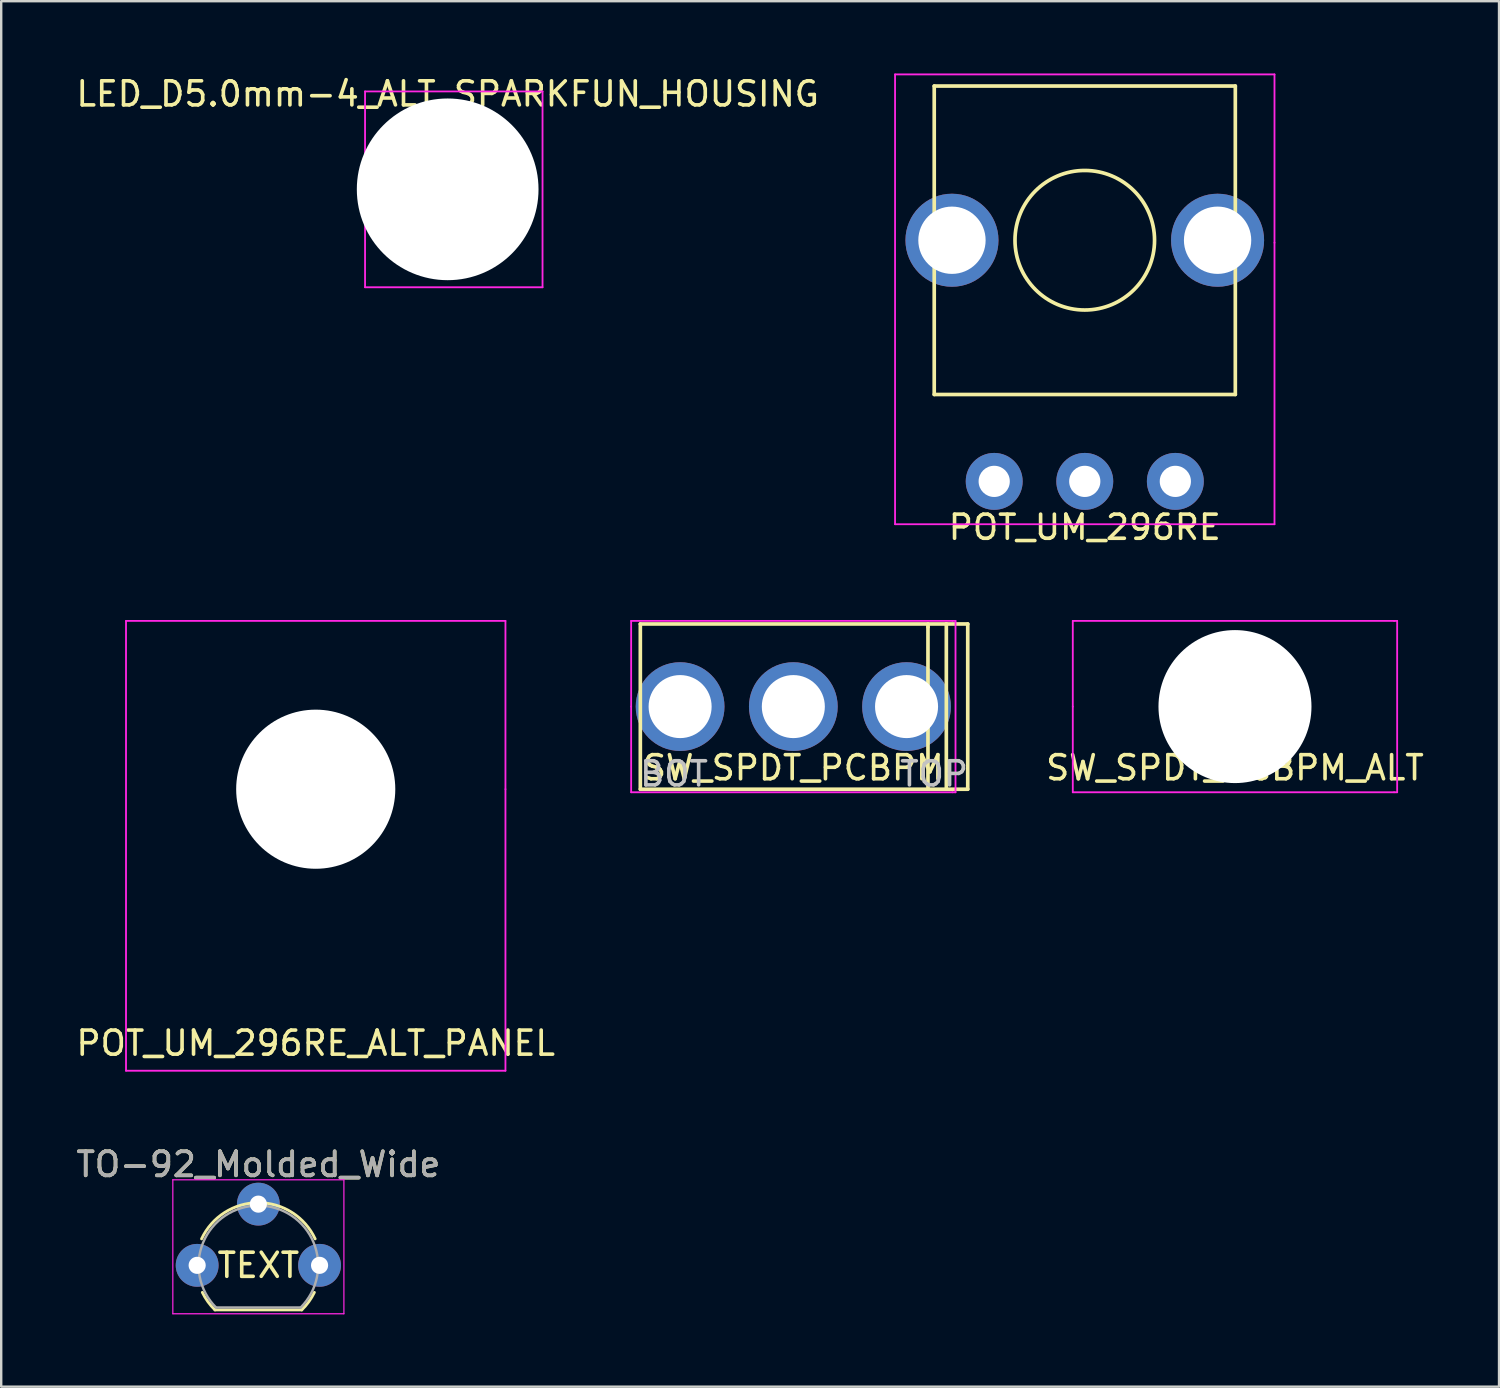
<source format=kicad_pcb>
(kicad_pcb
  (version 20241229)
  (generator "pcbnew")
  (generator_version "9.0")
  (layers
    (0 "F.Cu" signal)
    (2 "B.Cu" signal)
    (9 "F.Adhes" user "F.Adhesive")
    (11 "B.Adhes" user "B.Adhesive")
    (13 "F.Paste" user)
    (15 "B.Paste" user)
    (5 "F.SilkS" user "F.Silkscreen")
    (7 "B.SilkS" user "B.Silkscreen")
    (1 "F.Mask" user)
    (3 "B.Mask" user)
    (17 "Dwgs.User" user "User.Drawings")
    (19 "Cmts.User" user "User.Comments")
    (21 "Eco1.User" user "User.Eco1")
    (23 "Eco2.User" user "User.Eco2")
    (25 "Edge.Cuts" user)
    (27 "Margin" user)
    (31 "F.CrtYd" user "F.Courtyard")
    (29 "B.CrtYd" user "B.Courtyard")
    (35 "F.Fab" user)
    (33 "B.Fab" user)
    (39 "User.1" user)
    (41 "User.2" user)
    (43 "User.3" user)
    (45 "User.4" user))
  (footprint "SW_SPDT_PCBPM"
    (layer "F.Cu")
    (at 29.876 26.276)
    (property "Reference" "SW_SPDT_PCBPM" (at 0 2.54 0) (layer "F.SilkS") (effects (font (size 1 1) (thickness 0.15))))
    (attr through_hole)
    (fp_line (start -6.35 -3.429) (end -6.35 3.429) (stroke (width 0.152) (type solid)) (layer "F.SilkS"))
    (fp_line (start -6.35 -3.429) (end 6.35 -3.429) (stroke (width 0.152) (type solid)) (layer "F.SilkS"))
    (fp_line (start -6.35 3.429) (end 6.35 3.429) (stroke (width 0.152) (type solid)) (layer "F.SilkS"))
    (fp_line (start 5.588 -3.302) (end 5.588 -3.429) (stroke (width 0.152) (type solid)) (layer "F.SilkS"))
    (fp_line (start 5.588 3.429) (end 5.588 -3.302) (stroke (width 0.152) (type solid)) (layer "F.SilkS"))
    (fp_line (start 6.35 -3.429) (end 6.35 3.429) (stroke (width 0.152) (type solid)) (layer "F.SilkS"))
    (fp_line (start 6.35 -3.429) (end 7.239 -3.429) (stroke (width 0.152) (type solid)) (layer "F.SilkS"))
    (fp_line (start 7.239 -3.429) (end 7.239 3.429) (stroke (width 0.152) (type solid)) (layer "F.SilkS"))
    (fp_line (start 7.239 3.429) (end 6.35 3.429) (stroke (width 0.152) (type solid)) (layer "F.SilkS"))
    (fp_line (start -6.731 -3.556) (end 6.604 -3.556) (stroke (width 0.076) (type solid)) (layer "F.CrtYd"))
    (fp_line (start -6.731 0) (end -6.731 -3.556) (stroke (width 0.076) (type solid)) (layer "F.CrtYd"))
    (fp_line (start -6.731 3.556) (end -6.731 0) (stroke (width 0.076) (type solid)) (layer "F.CrtYd"))
    (fp_line (start 6.604 3.556) (end -6.731 3.556) (stroke (width 0.076) (type solid)) (layer "F.CrtYd"))
    (fp_line (start 6.604 3.556) (end 6.731 3.556) (stroke (width 0.076) (type solid)) (layer "F.CrtYd"))
    (fp_line (start 6.731 -3.556) (end 6.604 -3.556) (stroke (width 0.076) (type solid)) (layer "F.CrtYd"))
    (fp_line (start 6.731 3.556) (end 6.731 -3.556) (stroke (width 0.076) (type solid)) (layer "F.CrtYd"))
    (fp_text user "TOP" (at 5.842 2.794 0) (layer "Dwgs.User") (effects (font (size 1 1) (thickness 0.15))))
    (fp_text user "BOT" (at -4.953 2.794 0) (layer "Dwgs.User") (effects (font (size 1 1) (thickness 0.15))))
    (pad "1" thru_hole circle (at -4.699 0) (size 3.683 3.683) (drill 2.616) (layers "*.Cu" "*.Mask"))
    (pad "2" thru_hole circle (at 0 0) (size 3.683 3.683) (drill 2.616) (layers "*.Cu" "*.Mask"))
    (pad "3" thru_hole circle (at 4.699 0) (size 3.683 3.683) (drill 2.616) (layers "*.Cu" "*.Mask")))
  (footprint "TO-92_Molded_Wide"
    (layer "F.Cu")
    (at 5.133 49.466)
    (property "Reference" "TO-92_Molded_Wide" (at 2.54 -4.19 180) (layer "F.SilkS") (effects (font (size 1 1) (thickness 0.15))))
    (attr through_hole)
    (fp_line (start 0.74 1.85) (end 4.34 1.85) (stroke (width 0.12) (type solid)) (layer "F.SilkS"))
    (fp_arc (start 0.1836 -1.098807) (mid 1.143021 -2.192817) (end 2.54 -2.6) (stroke (width 0.12) (type solid)) (layer "F.SilkS"))
    (fp_arc (start 0.74 1.85) (mid 0.446097 1.509328) (end 0.215816 1.122795) (stroke (width 0.12) (type solid)) (layer "F.SilkS"))
    (fp_arc (start 2.54 -2.6) (mid 3.936979 -2.192818) (end 4.8964 -1.098807) (stroke (width 0.12) (type solid)) (layer "F.SilkS"))
    (fp_arc (start 4.864184 1.122795) (mid 4.633903 1.509328) (end 4.34 1.85) (stroke (width 0.12) (type solid)) (layer "F.SilkS"))
    (fp_line (start -1.01 -3.55) (end -1.01 2.01) (stroke (width 0.05) (type solid)) (layer "F.CrtYd"))
    (fp_line (start -1.01 -3.55) (end 6.09 -3.55) (stroke (width 0.05) (type solid)) (layer "F.CrtYd"))
    (fp_line (start 6.09 2.01) (end -1.01 2.01) (stroke (width 0.05) (type solid)) (layer "F.CrtYd"))
    (fp_line (start 6.09 2.01) (end 6.09 -3.55) (stroke (width 0.05) (type solid)) (layer "F.CrtYd"))
    (fp_line (start 0.8 1.75) (end 4.3 1.75) (stroke (width 0.1) (type solid)) (layer "F.Fab"))
    (fp_arc (start 0.786375 1.753625) (mid 0.248779 -0.949055) (end 2.54 -2.48) (stroke (width 0.1) (type solid)) (layer "F.Fab"))
    (fp_arc (start 2.54 -2.48) (mid 4.831221 -0.949055) (end 4.293625 1.753625) (stroke (width 0.1) (type solid)) (layer "F.Fab"))
    (fp_text user "TEXT" (at 2.54 0 0) (layer "F.SilkS") (effects (font (size 1 1) (thickness 0.15))))
    (fp_text user "${REFERENCE}" (at 2.54 -4.19 180) (layer "F.Fab") (effects (font (size 1 1) (thickness 0.15))))
    (pad "1" thru_hole circle (at 0 0) (size 1.778 1.778) (drill 0.711) (layers "*.Cu" "*.Mask"))
    (pad "2" thru_hole circle (at 2.54 -2.54) (size 1.778 1.778) (drill 0.711) (layers "*.Cu" "*.Mask"))
    (pad "3" thru_hole circle (at 5.08 0) (size 1.778 1.778) (drill 0.711) (layers "*.Cu" "*.Mask")))
  (footprint "SW_SPDT_PCBPM_ALT"
    (layer "F.Cu")
    (at 48.206 26.276)
    (property "Reference" "SW_SPDT_PCBPM_ALT" (at 0 2.54 0) (layer "F.SilkS") (effects (font (size 1 1) (thickness 0.15))))
    (attr through_hole)
    (fp_line (start -6.731 -3.556) (end 6.604 -3.556) (stroke (width 0.076) (type solid)) (layer "F.CrtYd"))
    (fp_line (start -6.731 0) (end -6.731 -3.556) (stroke (width 0.076) (type solid)) (layer "F.CrtYd"))
    (fp_line (start -6.731 3.556) (end -6.731 0) (stroke (width 0.076) (type solid)) (layer "F.CrtYd"))
    (fp_line (start 6.604 3.556) (end -6.731 3.556) (stroke (width 0.076) (type solid)) (layer "F.CrtYd"))
    (fp_line (start 6.604 3.556) (end 6.731 3.556) (stroke (width 0.076) (type solid)) (layer "F.CrtYd"))
    (fp_line (start 6.731 -3.556) (end 6.604 -3.556) (stroke (width 0.076) (type solid)) (layer "F.CrtYd"))
    (fp_line (start 6.731 3.556) (end 6.731 -3.556) (stroke (width 0.076) (type solid)) (layer "F.CrtYd"))
    (pad "" np_thru_hole circle (at 0 0) (size 6.35 6.35) (drill 6.35) (layers "*.Cu" "*.Mask")))
  (footprint "POT_UM_296RE"
    (layer "F.Cu")
    (at 41.972 16.929)
    (property "Reference" "POT_UM_296RE" (at 0 1.905 0) (layer "F.SilkS") (effects (font (size 1 1) (thickness 0.15))))
    (attr through_hole)
    (fp_line (start -6.248 -16.408) (end -6.248 -3.607) (stroke (width 0.152) (type solid)) (layer "F.SilkS"))
    (fp_line (start 6.248 -16.408) (end -6.248 -16.408) (stroke (width 0.152) (type solid)) (layer "F.SilkS"))
    (fp_line (start 6.248 -16.408) (end 6.248 -3.607) (stroke (width 0.152) (type solid)) (layer "F.SilkS"))
    (fp_line (start 6.248 -3.607) (end -6.248 -3.607) (stroke (width 0.152) (type solid)) (layer "F.SilkS"))
    (fp_circle (center 0 -10.008) (end 0 -7.112) (stroke (width 0.152) (type solid)) (fill no) (layer "F.SilkS"))
    (fp_line (start -7.874 -16.891) (end -7.874 1.778) (stroke (width 0.076) (type solid)) (layer "F.CrtYd"))
    (fp_line (start -7.874 1.778) (end 7.874 1.778) (stroke (width 0.076) (type solid)) (layer "F.CrtYd"))
    (fp_line (start 7.874 -16.891) (end -7.874 -16.891) (stroke (width 0.076) (type solid)) (layer "F.CrtYd"))
    (fp_line (start 7.874 -9.906) (end 7.874 -16.891) (stroke (width 0.076) (type solid)) (layer "F.CrtYd"))
    (fp_line (start 7.874 1.778) (end 7.874 -9.906) (stroke (width 0.076) (type solid)) (layer "F.CrtYd"))
    (pad "" thru_hole circle (at -5.512 -10.008) (size 3.861 3.861) (drill 2.794) (layers "*.Cu" "*.Mask"))
    (pad "" thru_hole circle (at 5.512 -10.008) (size 3.861 3.861) (drill 2.794) (layers "*.Cu" "*.Mask"))
    (pad "1" thru_hole circle (at -3.759 0) (size 2.362 2.362) (drill 1.295) (layers "*.Cu" "*.Mask"))
    (pad "2" thru_hole circle (at 0 0) (size 2.362 2.362) (drill 1.295) (layers "*.Cu" "*.Mask"))
    (pad "3" thru_hole circle (at 3.759 0) (size 2.362 2.362) (drill 1.295) (layers "*.Cu" "*.Mask")))
  (footprint "POT_UM_296RE_ALT_PANEL"
    (layer "F.Cu")
    (at 10.054 39.611)
    (property "Reference" "POT_UM_296RE_ALT_PANEL" (at 0 0.635 0) (layer "F.SilkS") (effects (font (size 1 1) (thickness 0.15))))
    (attr through_hole)
    (fp_line (start -7.874 -16.891) (end -7.874 1.778) (stroke (width 0.076) (type solid)) (layer "F.CrtYd"))
    (fp_line (start -7.874 1.778) (end 7.874 1.778) (stroke (width 0.076) (type solid)) (layer "F.CrtYd"))
    (fp_line (start 7.874 -16.891) (end -7.874 -16.891) (stroke (width 0.076) (type solid)) (layer "F.CrtYd"))
    (fp_line (start 7.874 -9.906) (end 7.874 -16.891) (stroke (width 0.076) (type solid)) (layer "F.CrtYd"))
    (fp_line (start 7.874 1.778) (end 7.874 -9.906) (stroke (width 0.076) (type solid)) (layer "F.CrtYd"))
    (pad "" np_thru_hole circle (at 0 -9.906) (size 6.604 6.604) (drill 6.604) (layers "*.Cu" "*.Mask")))
  (footprint "LED_D5.0mm-4_ALT_SPARKFUN_HOUSING"
    (layer "F.Cu")
    (at 15.53 4.808)
    (property "Reference" "LED_D5.0mm-4_ALT_SPARKFUN_HOUSING" (at 0 -3.96 0) (layer "F.SilkS") (effects (font (size 1 1) (thickness 0.15))))
    (attr through_hole)
    (fp_line (start -3.429 -4.064) (end -3.429 4.064) (stroke (width 0.076) (type solid)) (layer "F.CrtYd"))
    (fp_line (start -3.429 4.064) (end 3.937 4.064) (stroke (width 0.076) (type solid)) (layer "F.CrtYd"))
    (fp_line (start 3.937 -4.064) (end -3.429 -4.064) (stroke (width 0.076) (type solid)) (layer "F.CrtYd"))
    (fp_line (start 3.937 4.064) (end 3.937 -4.064) (stroke (width 0.076) (type solid)) (layer "F.CrtYd"))
    (pad "" np_thru_hole circle (at 0 0) (size 7.541 7.541) (drill 7.541) (layers "*.Cu" "*.Mask")))
  (gr_rect
    (start -3 -3)
    (end 59.165 54.501)
    (stroke (width 0.1) (type default))
    (fill no)
    (layer "Edge.Cuts")))
</source>
